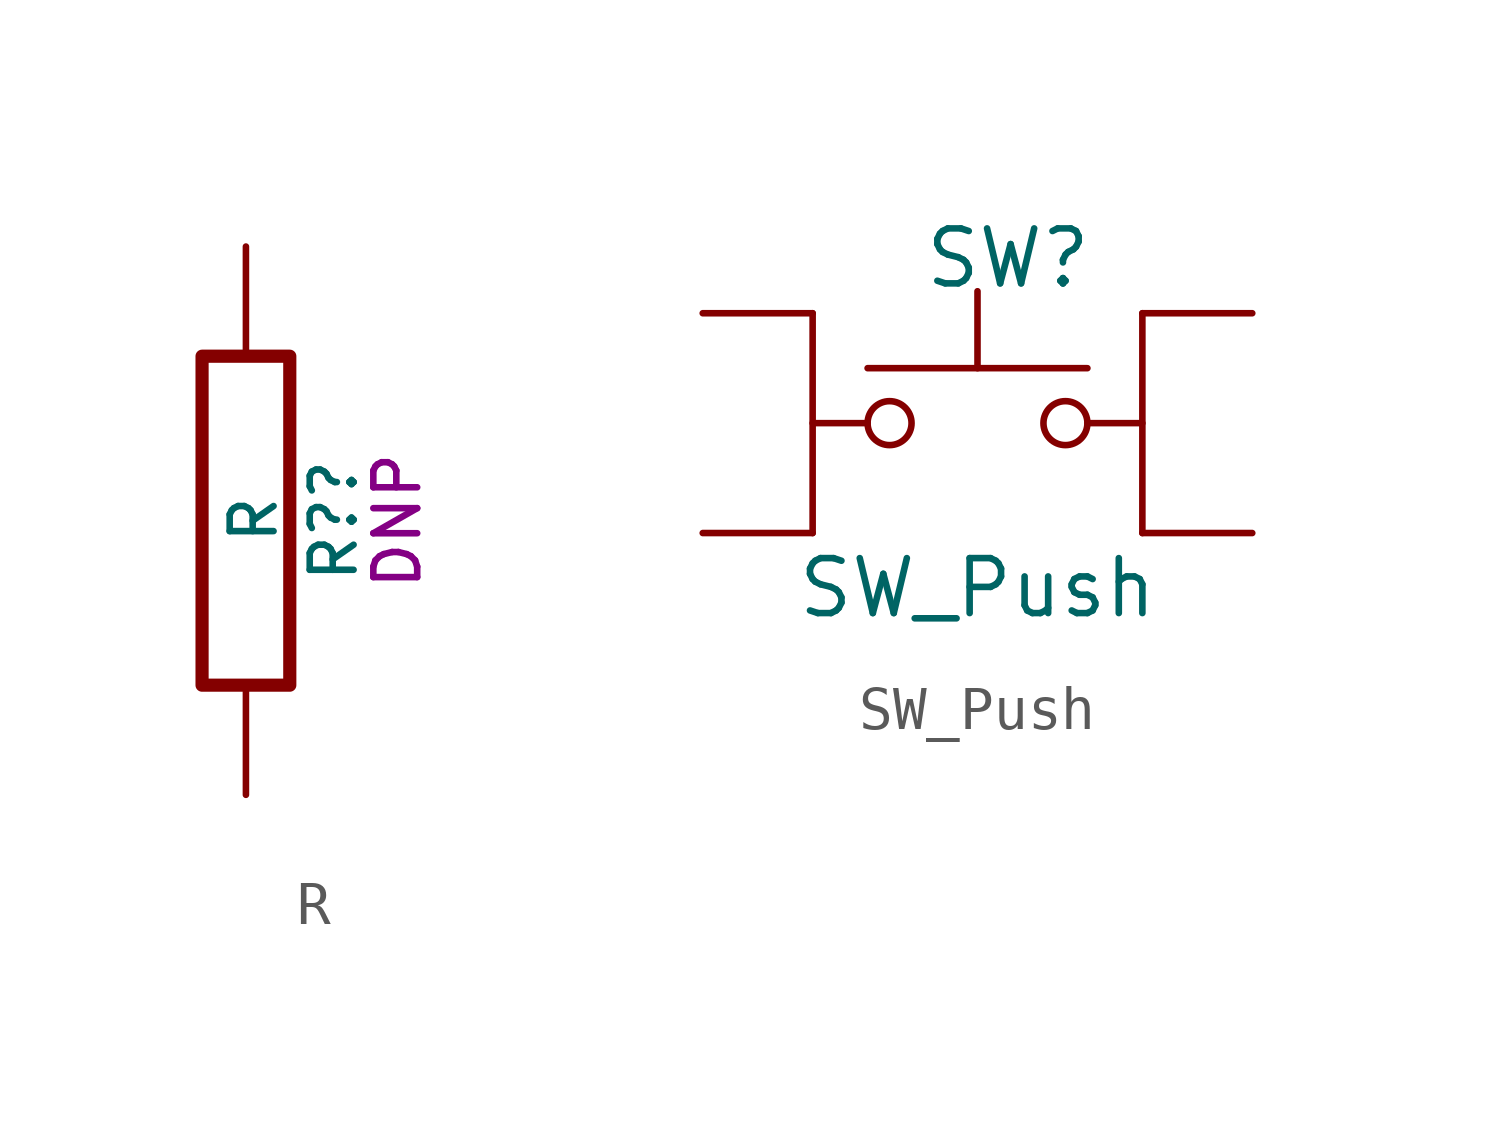
<source format=kicad_sym>
(kicad_symbol_lib
  (version 20220914)
  (generator kicad_symbol_editor)
  (symbol "R"
    (pin_numbers hide)
    (pin_names
      (offset 0))
    (property "Reference" "R?"
      (at 2.032 0 90)
      (effects (font (size 1.016 1.016))))
    (property "Value" "R"
      (at 0.178 0.025 90)
      (effects (font (size 1.016 1.016))))
    (property "LCSC" "DNP"
      (at 3.505 0 90)
      (effects (font (size 1.016 1.016))))
    (symbol "R_0_1"
      (rectangle (start -1.016 3.81) (end 1.016 -3.81) (stroke (width 0.305) (type default)) (fill (type none))))
    (symbol "R_1_1"
      (pin passive line (at 0 6.35 270) (length 2.54) (name "~" (effects (font (size 1.524 1.524)))) (number "1" (effects (font (size 1.524 1.524)))))
      (pin passive line (at 0 -6.35 90) (length 2.54) (name "~" (effects (font (size 1.524 1.524)))) (number "2" (effects (font (size 1.524 1.524)))))))
  (symbol "SW_Push"
    (pin_numbers hide)
    (pin_names
      (offset 1.016) hide)
    (property "Reference" "SW"
      (at -1.27 3.81 0)
      (effects (font (size 1.27 1.27)) (justify left)))
    (property "Value" "SW_Push"
      (at 0 -3.81 0)
      (effects (font (size 1.27 1.27))))
    (symbol "SW_Push_0_1"
      (circle (center -2.032 0) (radius 0.508) (stroke (width 0) (type default)) (fill (type none)))
      (polyline (pts (xy -3.81 0) (xy -2.54 0)) (stroke (width 0) (type default)) (fill (type none)))
      (polyline (pts (xy -3.81 2.54) (xy -3.81 -2.54)) (stroke (width 0) (type default)) (fill (type none)))
      (polyline (pts (xy 0 1.27) (xy 0 3.048)) (stroke (width 0) (type default)) (fill (type none)))
      (polyline (pts (xy 2.54 0) (xy 3.81 0)) (stroke (width 0) (type default)) (fill (type none)))
      (polyline (pts (xy 2.54 1.27) (xy -2.54 1.27)) (stroke (width 0) (type default)) (fill (type none)))
      (polyline (pts (xy 3.81 2.54) (xy 3.81 -2.54)) (stroke (width 0) (type default)) (fill (type none)))
      (circle (center 2.032 0) (radius 0.508) (stroke (width 0) (type default)) (fill (type none)))
      (pin passive line (at -6.35 2.54 0) (length 2.54) (name "1" (effects (font (size 1.27 1.27)))) (number "1" (effects (font (size 1.27 1.27))))))
    (symbol "SW_Push_1_1"
      (pin passive line (at -6.35 -2.54 0) (length 2.54) (name "1" (effects (font (size 1.27 1.27)))) (number "2" (effects (font (size 1.27 1.27)))))
      (pin passive line (at 6.35 2.54 180) (length 2.54) (name "2" (effects (font (size 1.27 1.27)))) (number "3" (effects (font (size 1.27 1.27)))))
      (pin passive line (at 6.35 -2.54 180) (length 2.54) (name "2" (effects (font (size 1.27 1.27)))) (number "4" (effects (font (size 1.27 1.27))))))))
</source>
